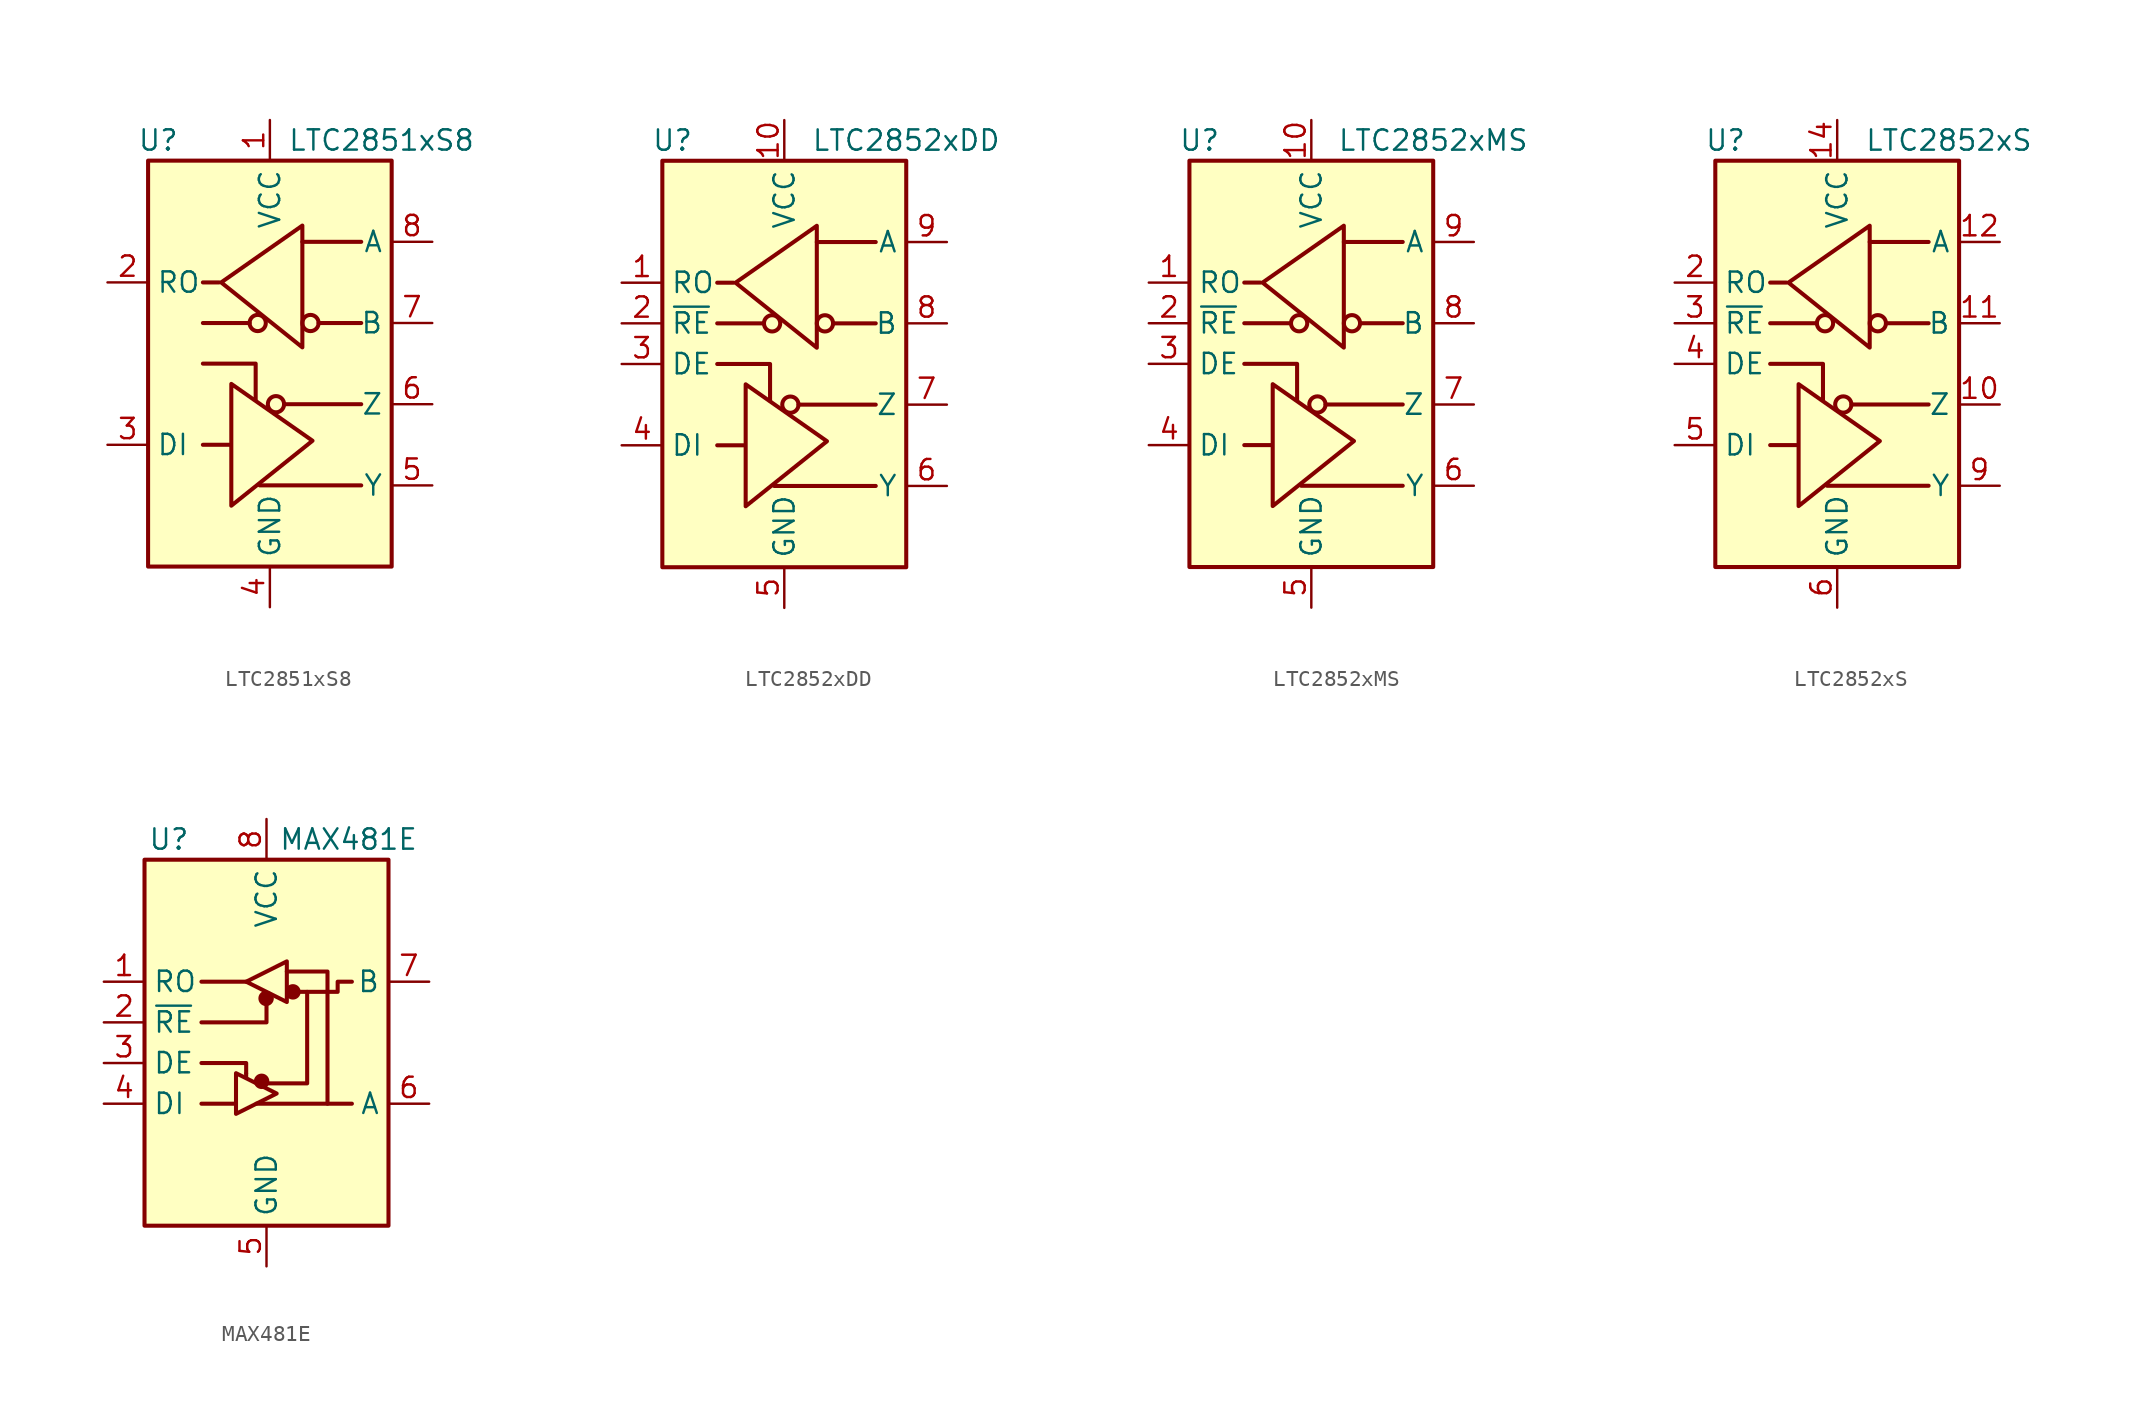
<source format=kicad_sym>
(kicad_symbol_lib
  (version 20201005)
  (generator kicad_symbol_editor)
  (symbol "LTC2851xS8"
    (property "Reference" "U"
      (at -6.985 13.97 0)
      (effects (font (size 1.27 1.27))))
    (property "Value" "LTC2851xS8"
      (at 6.985 13.97 0)
      (effects (font (size 1.27 1.27))))
    (symbol "LTC2851xS8_0_1"
      (rectangle (start -7.62 12.7) (end 7.62 -12.7) (stroke (width 0.254)) (fill (type background))))
    (symbol "LTC2851xS8_1_1"
      (circle (center -0.762 2.54) (radius 0.508) (stroke (width 0.254)) (fill (type none)))
      (circle (center 0.381 -2.54) (radius 0.508) (stroke (width 0.254)) (fill (type none)))
      (circle (center 2.54 2.54) (radius 0.508) (stroke (width 0.254)) (fill (type none)))
      (polyline (pts (xy -4.191 2.54) (xy -1.27 2.54)) (stroke (width 0.254)) (fill (type none)))
      (polyline (pts (xy -2.54 -5.08) (xy -4.191 -5.08)) (stroke (width 0.254)) (fill (type none)))
      (polyline (pts (xy -0.635 -7.62) (xy 5.715 -7.62)) (stroke (width 0.254)) (fill (type none)))
      (polyline (pts (xy 0.889 -2.54) (xy 5.715 -2.54)) (stroke (width 0.254)) (fill (type none)))
      (polyline (pts (xy 2.032 7.62) (xy 5.715 7.62)) (stroke (width 0.254)) (fill (type none)))
      (polyline (pts (xy 3.048 2.54) (xy 5.715 2.54)) (stroke (width 0.254)) (fill (type none)))
      (polyline (pts (xy -4.191 0) (xy -0.889 0) (xy -0.889 -2.286)) (stroke (width 0.254)) (fill (type none)))
      (polyline (pts (xy -3.175 5.08) (xy -4.191 5.08) (xy -4.064 5.08)) (stroke (width 0.254)) (fill (type none)))
      (polyline (pts (xy -2.413 -5.08) (xy -2.413 -1.27) (xy 2.667 -4.826) (xy -2.413 -8.89) (xy -2.413 -5.08)) (stroke (width 0.254)) (fill (type none)))
      (polyline (pts (xy 2.032 4.826) (xy 2.032 8.636) (xy -3.048 5.08) (xy 2.032 1.016) (xy 2.032 4.826)) (stroke (width 0.254)) (fill (type none)))
      (pin power_in line (at 0 15.24 270) (length 2.54) (name "VCC" (effects (font (size 1.27 1.27)))) (number "1" (effects (font (size 1.27 1.27)))))
      (pin output line (at -10.16 5.08 0) (length 2.54) (name "RO" (effects (font (size 1.27 1.27)))) (number "2" (effects (font (size 1.27 1.27)))))
      (pin input line (at -10.16 -5.08 0) (length 2.54) (name "DI" (effects (font (size 1.27 1.27)))) (number "3" (effects (font (size 1.27 1.27)))))
      (pin power_in line (at 0 -15.24 90) (length 2.54) (name "GND" (effects (font (size 1.27 1.27)))) (number "4" (effects (font (size 1.27 1.27)))))
      (pin output line (at 10.16 -7.62 180) (length 2.54) (name "Y" (effects (font (size 1.27 1.27)))) (number "5" (effects (font (size 1.27 1.27)))))
      (pin output line (at 10.16 -2.54 180) (length 2.54) (name "Z" (effects (font (size 1.27 1.27)))) (number "6" (effects (font (size 1.27 1.27)))))
      (pin input line (at 10.16 2.54 180) (length 2.54) (name "B" (effects (font (size 1.27 1.27)))) (number "7" (effects (font (size 1.27 1.27)))))
      (pin input line (at 10.16 7.62 180) (length 2.54) (name "A" (effects (font (size 1.27 1.27)))) (number "8" (effects (font (size 1.27 1.27)))))))
  (symbol "LTC2852xDD"
    (property "Reference" "U"
      (at -6.985 13.97 0)
      (effects (font (size 1.27 1.27))))
    (property "Value" "LTC2852xDD"
      (at 7.62 13.97 0)
      (effects (font (size 1.27 1.27))))
    (symbol "LTC2852xDD_0_1"
      (rectangle (start -7.62 12.7) (end 7.62 -12.7) (stroke (width 0.254)) (fill (type background))))
    (symbol "LTC2852xDD_1_1"
      (circle (center -0.762 2.54) (radius 0.508) (stroke (width 0.254)) (fill (type none)))
      (circle (center 0.381 -2.54) (radius 0.508) (stroke (width 0.254)) (fill (type none)))
      (circle (center 2.54 2.54) (radius 0.508) (stroke (width 0.254)) (fill (type none)))
      (polyline (pts (xy -4.191 2.54) (xy -1.27 2.54)) (stroke (width 0.254)) (fill (type none)))
      (polyline (pts (xy -2.54 -5.08) (xy -4.191 -5.08)) (stroke (width 0.254)) (fill (type none)))
      (polyline (pts (xy -0.635 -7.62) (xy 5.715 -7.62)) (stroke (width 0.254)) (fill (type none)))
      (polyline (pts (xy 0.889 -2.54) (xy 5.715 -2.54)) (stroke (width 0.254)) (fill (type none)))
      (polyline (pts (xy 2.032 7.62) (xy 5.715 7.62)) (stroke (width 0.254)) (fill (type none)))
      (polyline (pts (xy 3.048 2.54) (xy 5.715 2.54)) (stroke (width 0.254)) (fill (type none)))
      (polyline (pts (xy -4.191 0) (xy -0.889 0) (xy -0.889 -2.286)) (stroke (width 0.254)) (fill (type none)))
      (polyline (pts (xy -3.175 5.08) (xy -4.191 5.08) (xy -4.064 5.08)) (stroke (width 0.254)) (fill (type none)))
      (polyline (pts (xy -2.413 -5.08) (xy -2.413 -1.27) (xy 2.667 -4.826) (xy -2.413 -8.89) (xy -2.413 -5.08)) (stroke (width 0.254)) (fill (type none)))
      (polyline (pts (xy 2.032 4.826) (xy 2.032 8.636) (xy -3.048 5.08) (xy 2.032 1.016) (xy 2.032 4.826)) (stroke (width 0.254)) (fill (type none)))
      (pin output line (at -10.16 5.08 0) (length 2.54) (name "RO" (effects (font (size 1.27 1.27)))) (number "1" (effects (font (size 1.27 1.27)))))
      (pin power_in line (at 0 15.24 270) (length 2.54) (name "VCC" (effects (font (size 1.27 1.27)))) (number "10" (effects (font (size 1.27 1.27)))))
      (pin passive line (at 0 -15.24 90) (length 2.54) hide (name "GND" (effects (font (size 1.27 1.27)))) (number "11" (effects (font (size 1.27 1.27)))))
      (pin input line (at -10.16 2.54 0) (length 2.54) (name "~RE" (effects (font (size 1.27 1.27)))) (number "2" (effects (font (size 1.27 1.27)))))
      (pin input line (at -10.16 0 0) (length 2.54) (name "DE" (effects (font (size 1.27 1.27)))) (number "3" (effects (font (size 1.27 1.27)))))
      (pin input line (at -10.16 -5.08 0) (length 2.54) (name "DI" (effects (font (size 1.27 1.27)))) (number "4" (effects (font (size 1.27 1.27)))))
      (pin power_in line (at 0 -15.24 90) (length 2.54) (name "GND" (effects (font (size 1.27 1.27)))) (number "5" (effects (font (size 1.27 1.27)))))
      (pin output line (at 10.16 -7.62 180) (length 2.54) (name "Y" (effects (font (size 1.27 1.27)))) (number "6" (effects (font (size 1.27 1.27)))))
      (pin output line (at 10.16 -2.54 180) (length 2.54) (name "Z" (effects (font (size 1.27 1.27)))) (number "7" (effects (font (size 1.27 1.27)))))
      (pin input line (at 10.16 2.54 180) (length 2.54) (name "B" (effects (font (size 1.27 1.27)))) (number "8" (effects (font (size 1.27 1.27)))))
      (pin input line (at 10.16 7.62 180) (length 2.54) (name "A" (effects (font (size 1.27 1.27)))) (number "9" (effects (font (size 1.27 1.27)))))))
  (symbol "LTC2852xMS"
    (property "Reference" "U"
      (at -6.985 13.97 0)
      (effects (font (size 1.27 1.27))))
    (property "Value" "LTC2852xMS"
      (at 7.62 13.97 0)
      (effects (font (size 1.27 1.27))))
    (symbol "LTC2852xMS_0_1"
      (rectangle (start -7.62 12.7) (end 7.62 -12.7) (stroke (width 0.254)) (fill (type background))))
    (symbol "LTC2852xMS_1_1"
      (circle (center -0.762 2.54) (radius 0.508) (stroke (width 0.254)) (fill (type none)))
      (circle (center 0.381 -2.54) (radius 0.508) (stroke (width 0.254)) (fill (type none)))
      (circle (center 2.54 2.54) (radius 0.508) (stroke (width 0.254)) (fill (type none)))
      (polyline (pts (xy -4.191 2.54) (xy -1.27 2.54)) (stroke (width 0.254)) (fill (type none)))
      (polyline (pts (xy -2.54 -5.08) (xy -4.191 -5.08)) (stroke (width 0.254)) (fill (type none)))
      (polyline (pts (xy -0.635 -7.62) (xy 5.715 -7.62)) (stroke (width 0.254)) (fill (type none)))
      (polyline (pts (xy 0.889 -2.54) (xy 5.715 -2.54)) (stroke (width 0.254)) (fill (type none)))
      (polyline (pts (xy 2.032 7.62) (xy 5.715 7.62)) (stroke (width 0.254)) (fill (type none)))
      (polyline (pts (xy 3.048 2.54) (xy 5.715 2.54)) (stroke (width 0.254)) (fill (type none)))
      (polyline (pts (xy -4.191 0) (xy -0.889 0) (xy -0.889 -2.286)) (stroke (width 0.254)) (fill (type none)))
      (polyline (pts (xy -3.175 5.08) (xy -4.191 5.08) (xy -4.064 5.08)) (stroke (width 0.254)) (fill (type none)))
      (polyline (pts (xy -2.413 -5.08) (xy -2.413 -1.27) (xy 2.667 -4.826) (xy -2.413 -8.89) (xy -2.413 -5.08)) (stroke (width 0.254)) (fill (type none)))
      (polyline (pts (xy 2.032 4.826) (xy 2.032 8.636) (xy -3.048 5.08) (xy 2.032 1.016) (xy 2.032 4.826)) (stroke (width 0.254)) (fill (type none)))
      (pin output line (at -10.16 5.08 0) (length 2.54) (name "RO" (effects (font (size 1.27 1.27)))) (number "1" (effects (font (size 1.27 1.27)))))
      (pin power_in line (at 0 15.24 270) (length 2.54) (name "VCC" (effects (font (size 1.27 1.27)))) (number "10" (effects (font (size 1.27 1.27)))))
      (pin input line (at -10.16 2.54 0) (length 2.54) (name "~RE" (effects (font (size 1.27 1.27)))) (number "2" (effects (font (size 1.27 1.27)))))
      (pin input line (at -10.16 0 0) (length 2.54) (name "DE" (effects (font (size 1.27 1.27)))) (number "3" (effects (font (size 1.27 1.27)))))
      (pin input line (at -10.16 -5.08 0) (length 2.54) (name "DI" (effects (font (size 1.27 1.27)))) (number "4" (effects (font (size 1.27 1.27)))))
      (pin power_in line (at 0 -15.24 90) (length 2.54) (name "GND" (effects (font (size 1.27 1.27)))) (number "5" (effects (font (size 1.27 1.27)))))
      (pin output line (at 10.16 -7.62 180) (length 2.54) (name "Y" (effects (font (size 1.27 1.27)))) (number "6" (effects (font (size 1.27 1.27)))))
      (pin output line (at 10.16 -2.54 180) (length 2.54) (name "Z" (effects (font (size 1.27 1.27)))) (number "7" (effects (font (size 1.27 1.27)))))
      (pin input line (at 10.16 2.54 180) (length 2.54) (name "B" (effects (font (size 1.27 1.27)))) (number "8" (effects (font (size 1.27 1.27)))))
      (pin input line (at 10.16 7.62 180) (length 2.54) (name "A" (effects (font (size 1.27 1.27)))) (number "9" (effects (font (size 1.27 1.27)))))))
  (symbol "LTC2852xS"
    (property "Reference" "U"
      (at -6.985 13.97 0)
      (effects (font (size 1.27 1.27))))
    (property "Value" "LTC2852xS"
      (at 6.985 13.97 0)
      (effects (font (size 1.27 1.27))))
    (symbol "LTC2852xS_0_1"
      (rectangle (start -7.62 12.7) (end 7.62 -12.7) (stroke (width 0.254)) (fill (type background))))
    (symbol "LTC2852xS_1_1"
      (circle (center -0.762 2.54) (radius 0.508) (stroke (width 0.254)) (fill (type none)))
      (circle (center 0.381 -2.54) (radius 0.508) (stroke (width 0.254)) (fill (type none)))
      (circle (center 2.54 2.54) (radius 0.508) (stroke (width 0.254)) (fill (type none)))
      (polyline (pts (xy -4.191 2.54) (xy -1.27 2.54)) (stroke (width 0.254)) (fill (type none)))
      (polyline (pts (xy -2.54 -5.08) (xy -4.191 -5.08)) (stroke (width 0.254)) (fill (type none)))
      (polyline (pts (xy -0.635 -7.62) (xy 5.715 -7.62)) (stroke (width 0.254)) (fill (type none)))
      (polyline (pts (xy 0.889 -2.54) (xy 5.715 -2.54)) (stroke (width 0.254)) (fill (type none)))
      (polyline (pts (xy 2.032 7.62) (xy 5.715 7.62)) (stroke (width 0.254)) (fill (type none)))
      (polyline (pts (xy 3.048 2.54) (xy 5.715 2.54)) (stroke (width 0.254)) (fill (type none)))
      (polyline (pts (xy -4.191 0) (xy -0.889 0) (xy -0.889 -2.286)) (stroke (width 0.254)) (fill (type none)))
      (polyline (pts (xy -3.175 5.08) (xy -4.191 5.08) (xy -4.064 5.08)) (stroke (width 0.254)) (fill (type none)))
      (polyline (pts (xy -2.413 -5.08) (xy -2.413 -1.27) (xy 2.667 -4.826) (xy -2.413 -8.89) (xy -2.413 -5.08)) (stroke (width 0.254)) (fill (type none)))
      (polyline (pts (xy 2.032 4.826) (xy 2.032 8.636) (xy -3.048 5.08) (xy 2.032 1.016) (xy 2.032 4.826)) (stroke (width 0.254)) (fill (type none)))
      (pin no_connect line (at -7.62 -10.16 0) (length 2.54) hide (name "NC" (effects (font (size 1.27 1.27)))) (number "1" (effects (font (size 1.27 1.27)))))
      (pin output line (at 10.16 -2.54 180) (length 2.54) (name "Z" (effects (font (size 1.27 1.27)))) (number "10" (effects (font (size 1.27 1.27)))))
      (pin input line (at 10.16 2.54 180) (length 2.54) (name "B" (effects (font (size 1.27 1.27)))) (number "11" (effects (font (size 1.27 1.27)))))
      (pin input line (at 10.16 7.62 180) (length 2.54) (name "A" (effects (font (size 1.27 1.27)))) (number "12" (effects (font (size 1.27 1.27)))))
      (pin no_connect line (at -7.62 7.62 0) (length 2.54) hide (name "NC" (effects (font (size 1.27 1.27)))) (number "13" (effects (font (size 1.27 1.27)))))
      (pin power_in line (at 0 15.24 270) (length 2.54) (name "VCC" (effects (font (size 1.27 1.27)))) (number "14" (effects (font (size 1.27 1.27)))))
      (pin output line (at -10.16 5.08 0) (length 2.54) (name "RO" (effects (font (size 1.27 1.27)))) (number "2" (effects (font (size 1.27 1.27)))))
      (pin input line (at -10.16 2.54 0) (length 2.54) (name "~RE" (effects (font (size 1.27 1.27)))) (number "3" (effects (font (size 1.27 1.27)))))
      (pin input line (at -10.16 0 0) (length 2.54) (name "DE" (effects (font (size 1.27 1.27)))) (number "4" (effects (font (size 1.27 1.27)))))
      (pin input line (at -10.16 -5.08 0) (length 2.54) (name "DI" (effects (font (size 1.27 1.27)))) (number "5" (effects (font (size 1.27 1.27)))))
      (pin power_in line (at 0 -15.24 90) (length 2.54) (name "GND" (effects (font (size 1.27 1.27)))) (number "6" (effects (font (size 1.27 1.27)))))
      (pin passive line (at 0 -15.24 90) (length 2.54) hide (name "GND" (effects (font (size 1.27 1.27)))) (number "7" (effects (font (size 1.27 1.27)))))
      (pin no_connect line (at -7.62 -7.62 0) (length 2.54) hide (name "NC" (effects (font (size 1.27 1.27)))) (number "8" (effects (font (size 1.27 1.27)))))
      (pin output line (at 10.16 -7.62 180) (length 2.54) (name "Y" (effects (font (size 1.27 1.27)))) (number "9" (effects (font (size 1.27 1.27)))))))
  (symbol "MAX481E"
    (property "Reference" "U"
      (at -6.096 11.43 0)
      (effects (font (size 1.27 1.27))))
    (property "Value" "MAX481E"
      (at 0.762 11.43 0)
      (effects (font (size 1.27 1.27)) (justify left)))
    (symbol "MAX481E_0_1"
      (circle (center -0.305 -3.683) (radius 0.356) (stroke (width 0.254)) (fill (type outline)))
      (circle (center -0.025 1.499) (radius 0.356) (stroke (width 0.254)) (fill (type outline)))
      (circle (center 1.651 1.905) (radius 0.356) (stroke (width 0.254)) (fill (type outline)))
      (rectangle (start 1.27 3.175) (end 1.27 3.175) (stroke (width 0)) (fill (type none)))
      (rectangle (start -7.62 10.16) (end 7.62 -12.7) (stroke (width 0.254)) (fill (type background)))
      (polyline (pts (xy -4.064 -5.08) (xy -1.905 -5.08)) (stroke (width 0.254)) (fill (type none)))
      (polyline (pts (xy -4.064 2.54) (xy -1.27 2.54)) (stroke (width 0.254)) (fill (type none)))
      (polyline (pts (xy -1.27 -3.2) (xy -1.27 -3.454)) (stroke (width 0.254)) (fill (type none)))
      (polyline (pts (xy -0.635 -5.08) (xy 5.334 -5.08)) (stroke (width 0.254)) (fill (type none)))
      (polyline (pts (xy -4.064 -2.54) (xy -1.27 -2.54) (xy -1.27 -3.175)) (stroke (width 0.254)) (fill (type none)))
      (polyline (pts (xy 0 1.27) (xy 0 0) (xy -4.064 0)) (stroke (width 0.254)) (fill (type none)))
      (polyline (pts (xy 1.27 3.175) (xy 3.81 3.175) (xy 3.81 -5.08)) (stroke (width 0.254)) (fill (type none)))
      (polyline (pts (xy 2.54 1.905) (xy 2.54 -3.81) (xy 0 -3.81)) (stroke (width 0.254)) (fill (type none)))
      (polyline (pts (xy -1.905 -3.175) (xy -1.905 -5.715) (xy 0.635 -4.445) (xy -1.905 -3.175)) (stroke (width 0.254)) (fill (type none)))
      (polyline (pts (xy -1.27 2.54) (xy 1.27 3.81) (xy 1.27 1.27) (xy -1.27 2.54)) (stroke (width 0.254)) (fill (type none)))
      (polyline (pts (xy 1.905 1.905) (xy 4.445 1.905) (xy 4.445 2.54) (xy 5.334 2.54)) (stroke (width 0.254)) (fill (type none))))
    (symbol "MAX481E_1_1"
      (pin output line (at -10.16 2.54 0) (length 2.54) (name "RO" (effects (font (size 1.27 1.27)))) (number "1" (effects (font (size 1.27 1.27)))))
      (pin input line (at -10.16 0 0) (length 2.54) (name "~RE" (effects (font (size 1.27 1.27)))) (number "2" (effects (font (size 1.27 1.27)))))
      (pin input line (at -10.16 -2.54 0) (length 2.54) (name "DE" (effects (font (size 1.27 1.27)))) (number "3" (effects (font (size 1.27 1.27)))))
      (pin input line (at -10.16 -5.08 0) (length 2.54) (name "DI" (effects (font (size 1.27 1.27)))) (number "4" (effects (font (size 1.27 1.27)))))
      (pin power_in line (at 0 -15.24 90) (length 2.54) (name "GND" (effects (font (size 1.27 1.27)))) (number "5" (effects (font (size 1.27 1.27)))))
      (pin bidirectional line (at 10.16 -5.08 180) (length 2.54) (name "A" (effects (font (size 1.27 1.27)))) (number "6" (effects (font (size 1.27 1.27)))))
      (pin bidirectional line (at 10.16 2.54 180) (length 2.54) (name "B" (effects (font (size 1.27 1.27)))) (number "7" (effects (font (size 1.27 1.27)))))
      (pin power_in line (at 0 12.7 270) (length 2.54) (name "VCC" (effects (font (size 1.27 1.27)))) (number "8" (effects (font (size 1.27 1.27))))))))
</source>
